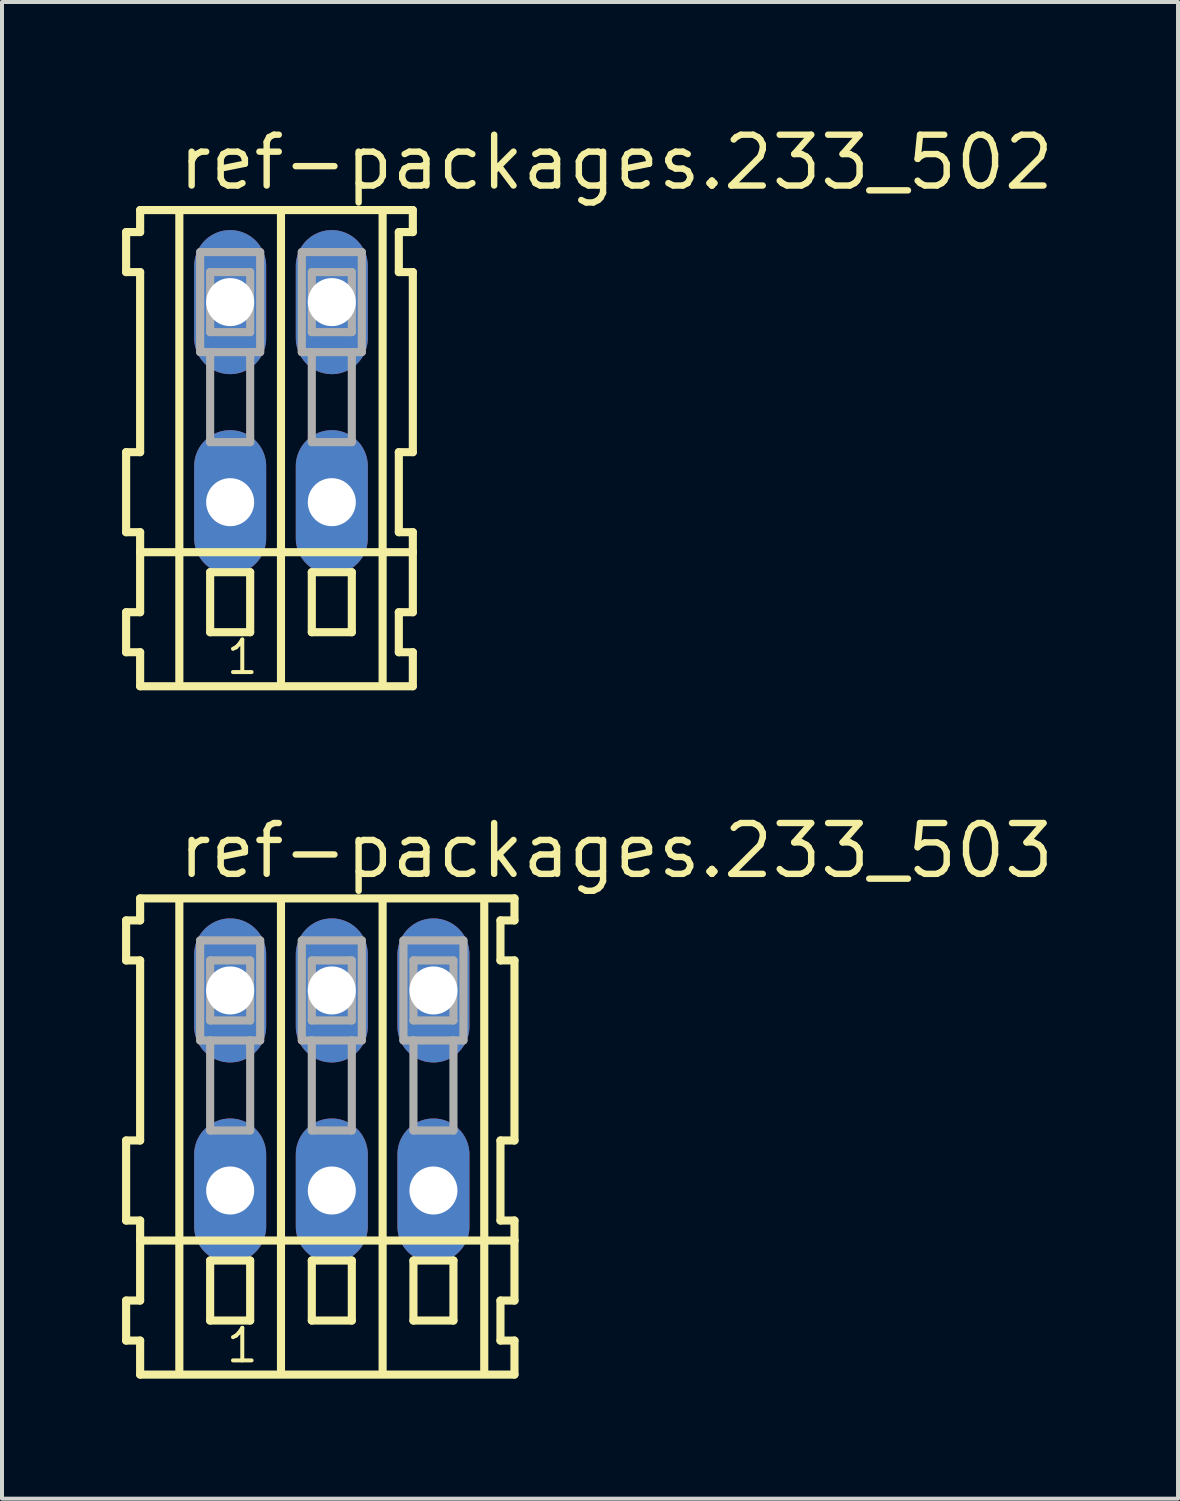
<source format=kicad_pcb>
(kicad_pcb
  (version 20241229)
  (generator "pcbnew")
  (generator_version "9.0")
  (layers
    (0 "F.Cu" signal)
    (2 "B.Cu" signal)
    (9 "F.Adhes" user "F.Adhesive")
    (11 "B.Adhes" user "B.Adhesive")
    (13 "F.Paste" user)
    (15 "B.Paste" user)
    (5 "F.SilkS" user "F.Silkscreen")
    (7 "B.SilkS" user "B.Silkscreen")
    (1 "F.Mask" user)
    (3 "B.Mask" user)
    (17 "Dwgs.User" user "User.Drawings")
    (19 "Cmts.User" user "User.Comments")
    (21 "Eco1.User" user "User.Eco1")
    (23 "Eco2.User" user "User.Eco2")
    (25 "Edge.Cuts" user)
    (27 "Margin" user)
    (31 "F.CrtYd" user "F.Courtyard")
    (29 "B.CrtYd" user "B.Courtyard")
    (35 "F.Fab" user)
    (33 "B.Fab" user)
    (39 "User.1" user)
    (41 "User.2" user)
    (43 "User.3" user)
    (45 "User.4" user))
  (footprint "ref-packages.233_502"
    (layer "F.Cu")
    (at 3.972 7)
    (property "Reference" "ref-packages.233_502" (at -2.64 -5.25 0) (layer "F.SilkS") (effects (font (size 1.27 1.27) (thickness 0.16)) (justify left bottom)))
    (attr through_hole)
    (fp_line (start -3.87 -4.25) (end -3.87 -3.25) (stroke (width 0.203) (type default)) (layer "F.SilkS"))
    (fp_line (start -3.87 -3.25) (end -3.52 -3.25) (stroke (width 0.203) (type default)) (layer "F.SilkS"))
    (fp_line (start -3.87 1.25) (end -3.87 3.25) (stroke (width 0.203) (type default)) (layer "F.SilkS"))
    (fp_line (start -3.87 3.25) (end -3.52 3.25) (stroke (width 0.203) (type default)) (layer "F.SilkS"))
    (fp_line (start -3.87 5.25) (end -3.87 6.25) (stroke (width 0.203) (type default)) (layer "F.SilkS"))
    (fp_line (start -3.87 6.25) (end -3.52 6.25) (stroke (width 0.203) (type default)) (layer "F.SilkS"))
    (fp_line (start -3.52 -4.8) (end -3.52 -4.25) (stroke (width 0.203) (type default)) (layer "F.SilkS"))
    (fp_line (start -3.52 -4.25) (end -3.87 -4.25) (stroke (width 0.203) (type default)) (layer "F.SilkS"))
    (fp_line (start -3.52 -3.25) (end -3.52 1.25) (stroke (width 0.203) (type default)) (layer "F.SilkS"))
    (fp_line (start -3.52 1.25) (end -3.87 1.25) (stroke (width 0.203) (type default)) (layer "F.SilkS"))
    (fp_line (start -3.52 3.25) (end -3.52 5.25) (stroke (width 0.203) (type default)) (layer "F.SilkS"))
    (fp_line (start -3.52 3.75) (end 3.295 3.75) (stroke (width 0.203) (type default)) (layer "F.SilkS"))
    (fp_line (start -3.52 5.25) (end -3.87 5.25) (stroke (width 0.203) (type default)) (layer "F.SilkS"))
    (fp_line (start -3.52 6.25) (end -3.52 7.1) (stroke (width 0.203) (type default)) (layer "F.SilkS"))
    (fp_line (start -3.52 7.1) (end 3.295 7.1) (stroke (width 0.203) (type default)) (layer "F.SilkS"))
    (fp_line (start -2.54 6.985) (end -2.54 -4.699) (stroke (width 0.203) (type default)) (layer "F.SilkS"))
    (fp_line (start -1.77 4.25) (end -1.77 5.75) (stroke (width 0.203) (type default)) (layer "F.SilkS"))
    (fp_line (start -1.77 5.75) (end -0.77 5.75) (stroke (width 0.203) (type default)) (layer "F.SilkS"))
    (fp_line (start -0.77 4.25) (end -1.77 4.25) (stroke (width 0.203) (type default)) (layer "F.SilkS"))
    (fp_line (start -0.77 5.75) (end -0.77 4.25) (stroke (width 0.203) (type default)) (layer "F.SilkS"))
    (fp_line (start 0 6.985) (end 0 -4.699) (stroke (width 0.203) (type default)) (layer "F.SilkS"))
    (fp_line (start 0.77 4.25) (end 0.77 5.75) (stroke (width 0.203) (type default)) (layer "F.SilkS"))
    (fp_line (start 0.77 5.75) (end 1.77 5.75) (stroke (width 0.203) (type default)) (layer "F.SilkS"))
    (fp_line (start 1.77 4.25) (end 0.77 4.25) (stroke (width 0.203) (type default)) (layer "F.SilkS"))
    (fp_line (start 1.77 5.75) (end 1.77 4.25) (stroke (width 0.203) (type default)) (layer "F.SilkS"))
    (fp_line (start 2.54 6.985) (end 2.54 -4.699) (stroke (width 0.203) (type default)) (layer "F.SilkS"))
    (fp_line (start 2.945 -4.25) (end 2.945 -3.25) (stroke (width 0.203) (type default)) (layer "F.SilkS"))
    (fp_line (start 2.945 -3.25) (end 3.295 -3.25) (stroke (width 0.203) (type default)) (layer "F.SilkS"))
    (fp_line (start 2.945 1.25) (end 2.945 3.25) (stroke (width 0.203) (type default)) (layer "F.SilkS"))
    (fp_line (start 2.945 3.25) (end 3.295 3.25) (stroke (width 0.203) (type default)) (layer "F.SilkS"))
    (fp_line (start 2.945 5.25) (end 2.945 6.25) (stroke (width 0.203) (type default)) (layer "F.SilkS"))
    (fp_line (start 2.945 6.25) (end 3.295 6.25) (stroke (width 0.203) (type default)) (layer "F.SilkS"))
    (fp_line (start 3.295 -4.8) (end -3.52 -4.8) (stroke (width 0.203) (type default)) (layer "F.SilkS"))
    (fp_line (start 3.295 -4.25) (end 2.945 -4.25) (stroke (width 0.203) (type default)) (layer "F.SilkS"))
    (fp_line (start 3.295 -4.25) (end 3.295 -4.8) (stroke (width 0.203) (type default)) (layer "F.SilkS"))
    (fp_line (start 3.295 1.25) (end 2.945 1.25) (stroke (width 0.203) (type default)) (layer "F.SilkS"))
    (fp_line (start 3.295 1.25) (end 3.295 -3.25) (stroke (width 0.203) (type default)) (layer "F.SilkS"))
    (fp_line (start 3.295 3.75) (end 3.295 3.25) (stroke (width 0.203) (type default)) (layer "F.SilkS"))
    (fp_line (start 3.295 5.25) (end 2.945 5.25) (stroke (width 0.203) (type default)) (layer "F.SilkS"))
    (fp_line (start 3.295 5.25) (end 3.295 3.75) (stroke (width 0.203) (type default)) (layer "F.SilkS"))
    (fp_line (start 3.295 7.1) (end 3.295 6.25) (stroke (width 0.203) (type default)) (layer "F.SilkS"))
    (fp_line (start -2.02 -3.75) (end -2.02 -1.25) (stroke (width 0.203) (type default)) (layer "F.Fab"))
    (fp_line (start -2.02 -1.25) (end -1.77 -1.25) (stroke (width 0.203) (type default)) (layer "F.Fab"))
    (fp_line (start -1.77 -3.25) (end -1.77 -1.75) (stroke (width 0.203) (type default)) (layer "F.Fab"))
    (fp_line (start -1.77 -1.75) (end -0.77 -1.75) (stroke (width 0.203) (type default)) (layer "F.Fab"))
    (fp_line (start -1.77 -1.25) (end -1.77 1) (stroke (width 0.203) (type default)) (layer "F.Fab"))
    (fp_line (start -1.77 -1.25) (end -0.77 -1.25) (stroke (width 0.203) (type default)) (layer "F.Fab"))
    (fp_line (start -1.77 1) (end -0.77 1) (stroke (width 0.203) (type default)) (layer "F.Fab"))
    (fp_line (start -0.77 -3.25) (end -1.77 -3.25) (stroke (width 0.203) (type default)) (layer "F.Fab"))
    (fp_line (start -0.77 -1.75) (end -0.77 -3.25) (stroke (width 0.203) (type default)) (layer "F.Fab"))
    (fp_line (start -0.77 -1.25) (end -0.52 -1.25) (stroke (width 0.203) (type default)) (layer "F.Fab"))
    (fp_line (start -0.77 1) (end -0.77 -1.25) (stroke (width 0.203) (type default)) (layer "F.Fab"))
    (fp_line (start -0.52 -3.75) (end -2.02 -3.75) (stroke (width 0.203) (type default)) (layer "F.Fab"))
    (fp_line (start -0.52 -1.25) (end -0.52 -3.75) (stroke (width 0.203) (type default)) (layer "F.Fab"))
    (fp_line (start 0.52 -3.75) (end 0.52 -1.25) (stroke (width 0.203) (type default)) (layer "F.Fab"))
    (fp_line (start 0.52 -1.25) (end 0.77 -1.25) (stroke (width 0.203) (type default)) (layer "F.Fab"))
    (fp_line (start 0.77 -3.25) (end 0.77 -1.75) (stroke (width 0.203) (type default)) (layer "F.Fab"))
    (fp_line (start 0.77 -1.75) (end 1.77 -1.75) (stroke (width 0.203) (type default)) (layer "F.Fab"))
    (fp_line (start 0.77 -1.25) (end 0.77 1) (stroke (width 0.203) (type default)) (layer "F.Fab"))
    (fp_line (start 0.77 -1.25) (end 1.77 -1.25) (stroke (width 0.203) (type default)) (layer "F.Fab"))
    (fp_line (start 0.77 1) (end 1.77 1) (stroke (width 0.203) (type default)) (layer "F.Fab"))
    (fp_line (start 1.77 -3.25) (end 0.77 -3.25) (stroke (width 0.203) (type default)) (layer "F.Fab"))
    (fp_line (start 1.77 -1.75) (end 1.77 -3.25) (stroke (width 0.203) (type default)) (layer "F.Fab"))
    (fp_line (start 1.77 -1.25) (end 2.02 -1.25) (stroke (width 0.203) (type default)) (layer "F.Fab"))
    (fp_line (start 1.77 1) (end 1.77 -1.25) (stroke (width 0.203) (type default)) (layer "F.Fab"))
    (fp_line (start 2.02 -3.75) (end 0.52 -3.75) (stroke (width 0.203) (type default)) (layer "F.Fab"))
    (fp_line (start 2.02 -1.25) (end 2.02 -3.75) (stroke (width 0.203) (type default)) (layer "F.Fab"))
    (fp_text user "1" (at -1.42 6.85 0) (layer "F.SilkS") (effects (font (size 0.813 0.813) (thickness 0.1)) (justify left bottom)))
    (pad "A1" thru_hole oval (at -1.27 -2.5 90) (size 3.6 1.8) (drill 1.2) (layers "*.Cu" "*.Mask"))
    (pad "A2" thru_hole oval (at 1.27 -2.5 90) (size 3.6 1.8) (drill 1.2) (layers "*.Cu" "*.Mask"))
    (pad "B1" thru_hole oval (at -1.27 2.5 90) (size 3.6 1.8) (drill 1.2) (layers "*.Cu" "*.Mask"))
    (pad "B2" thru_hole oval (at 1.27 2.5 90) (size 3.6 1.8) (drill 1.2) (layers "*.Cu" "*.Mask")))
  (footprint "ref-packages.233_503"
    (layer "F.Cu")
    (at 5.242 24.202)
    (property "Reference" "ref-packages.233_503" (at -3.91 -5.25 0) (layer "F.SilkS") (effects (font (size 1.27 1.27) (thickness 0.16)) (justify left bottom)))
    (attr through_hole)
    (fp_line (start -5.14 -4.25) (end -5.14 -3.25) (stroke (width 0.203) (type default)) (layer "F.SilkS"))
    (fp_line (start -5.14 -3.25) (end -4.79 -3.25) (stroke (width 0.203) (type default)) (layer "F.SilkS"))
    (fp_line (start -5.14 1.25) (end -5.14 3.25) (stroke (width 0.203) (type default)) (layer "F.SilkS"))
    (fp_line (start -5.14 3.25) (end -4.79 3.25) (stroke (width 0.203) (type default)) (layer "F.SilkS"))
    (fp_line (start -5.14 5.25) (end -5.14 6.25) (stroke (width 0.203) (type default)) (layer "F.SilkS"))
    (fp_line (start -5.14 6.25) (end -4.79 6.25) (stroke (width 0.203) (type default)) (layer "F.SilkS"))
    (fp_line (start -4.79 -4.8) (end -4.79 -4.25) (stroke (width 0.203) (type default)) (layer "F.SilkS"))
    (fp_line (start -4.79 -4.25) (end -5.14 -4.25) (stroke (width 0.203) (type default)) (layer "F.SilkS"))
    (fp_line (start -4.79 -3.25) (end -4.79 1.25) (stroke (width 0.203) (type default)) (layer "F.SilkS"))
    (fp_line (start -4.79 1.25) (end -5.14 1.25) (stroke (width 0.203) (type default)) (layer "F.SilkS"))
    (fp_line (start -4.79 3.25) (end -4.79 5.25) (stroke (width 0.203) (type default)) (layer "F.SilkS"))
    (fp_line (start -4.79 3.75) (end 4.565 3.75) (stroke (width 0.203) (type default)) (layer "F.SilkS"))
    (fp_line (start -4.79 5.25) (end -5.14 5.25) (stroke (width 0.203) (type default)) (layer "F.SilkS"))
    (fp_line (start -4.79 6.25) (end -4.79 7.1) (stroke (width 0.203) (type default)) (layer "F.SilkS"))
    (fp_line (start -4.79 7.1) (end 4.565 7.1) (stroke (width 0.203) (type default)) (layer "F.SilkS"))
    (fp_line (start -3.81 6.985) (end -3.81 -4.699) (stroke (width 0.203) (type default)) (layer "F.SilkS"))
    (fp_line (start -3.04 4.25) (end -3.04 5.75) (stroke (width 0.203) (type default)) (layer "F.SilkS"))
    (fp_line (start -3.04 5.75) (end -2.04 5.75) (stroke (width 0.203) (type default)) (layer "F.SilkS"))
    (fp_line (start -2.04 4.25) (end -3.04 4.25) (stroke (width 0.203) (type default)) (layer "F.SilkS"))
    (fp_line (start -2.04 5.75) (end -2.04 4.25) (stroke (width 0.203) (type default)) (layer "F.SilkS"))
    (fp_line (start -1.27 6.985) (end -1.27 -4.699) (stroke (width 0.203) (type default)) (layer "F.SilkS"))
    (fp_line (start -0.5 4.25) (end -0.5 5.75) (stroke (width 0.203) (type default)) (layer "F.SilkS"))
    (fp_line (start -0.5 5.75) (end 0.5 5.75) (stroke (width 0.203) (type default)) (layer "F.SilkS"))
    (fp_line (start 0.5 4.25) (end -0.5 4.25) (stroke (width 0.203) (type default)) (layer "F.SilkS"))
    (fp_line (start 0.5 5.75) (end 0.5 4.25) (stroke (width 0.203) (type default)) (layer "F.SilkS"))
    (fp_line (start 1.27 6.985) (end 1.27 -4.699) (stroke (width 0.203) (type default)) (layer "F.SilkS"))
    (fp_line (start 2.04 4.25) (end 2.04 5.75) (stroke (width 0.203) (type default)) (layer "F.SilkS"))
    (fp_line (start 2.04 5.75) (end 3.04 5.75) (stroke (width 0.203) (type default)) (layer "F.SilkS"))
    (fp_line (start 3.04 4.25) (end 2.04 4.25) (stroke (width 0.203) (type default)) (layer "F.SilkS"))
    (fp_line (start 3.04 5.75) (end 3.04 4.25) (stroke (width 0.203) (type default)) (layer "F.SilkS"))
    (fp_line (start 3.81 6.985) (end 3.81 -4.699) (stroke (width 0.203) (type default)) (layer "F.SilkS"))
    (fp_line (start 4.215 -4.25) (end 4.215 -3.25) (stroke (width 0.203) (type default)) (layer "F.SilkS"))
    (fp_line (start 4.215 -3.25) (end 4.565 -3.25) (stroke (width 0.203) (type default)) (layer "F.SilkS"))
    (fp_line (start 4.215 1.25) (end 4.215 3.25) (stroke (width 0.203) (type default)) (layer "F.SilkS"))
    (fp_line (start 4.215 3.25) (end 4.565 3.25) (stroke (width 0.203) (type default)) (layer "F.SilkS"))
    (fp_line (start 4.215 5.25) (end 4.215 6.25) (stroke (width 0.203) (type default)) (layer "F.SilkS"))
    (fp_line (start 4.215 6.25) (end 4.565 6.25) (stroke (width 0.203) (type default)) (layer "F.SilkS"))
    (fp_line (start 4.565 -4.8) (end -4.79 -4.8) (stroke (width 0.203) (type default)) (layer "F.SilkS"))
    (fp_line (start 4.565 -4.25) (end 4.215 -4.25) (stroke (width 0.203) (type default)) (layer "F.SilkS"))
    (fp_line (start 4.565 -4.25) (end 4.565 -4.8) (stroke (width 0.203) (type default)) (layer "F.SilkS"))
    (fp_line (start 4.565 1.25) (end 4.215 1.25) (stroke (width 0.203) (type default)) (layer "F.SilkS"))
    (fp_line (start 4.565 1.25) (end 4.565 -3.25) (stroke (width 0.203) (type default)) (layer "F.SilkS"))
    (fp_line (start 4.565 3.75) (end 4.565 3.25) (stroke (width 0.203) (type default)) (layer "F.SilkS"))
    (fp_line (start 4.565 5.25) (end 4.215 5.25) (stroke (width 0.203) (type default)) (layer "F.SilkS"))
    (fp_line (start 4.565 5.25) (end 4.565 3.75) (stroke (width 0.203) (type default)) (layer "F.SilkS"))
    (fp_line (start 4.565 7.1) (end 4.565 6.25) (stroke (width 0.203) (type default)) (layer "F.SilkS"))
    (fp_line (start -3.29 -3.75) (end -3.29 -1.25) (stroke (width 0.203) (type default)) (layer "F.Fab"))
    (fp_line (start -3.29 -1.25) (end -3.04 -1.25) (stroke (width 0.203) (type default)) (layer "F.Fab"))
    (fp_line (start -3.04 -3.25) (end -3.04 -1.75) (stroke (width 0.203) (type default)) (layer "F.Fab"))
    (fp_line (start -3.04 -1.75) (end -2.04 -1.75) (stroke (width 0.203) (type default)) (layer "F.Fab"))
    (fp_line (start -3.04 -1.25) (end -3.04 1) (stroke (width 0.203) (type default)) (layer "F.Fab"))
    (fp_line (start -3.04 -1.25) (end -2.04 -1.25) (stroke (width 0.203) (type default)) (layer "F.Fab"))
    (fp_line (start -3.04 1) (end -2.04 1) (stroke (width 0.203) (type default)) (layer "F.Fab"))
    (fp_line (start -2.04 -3.25) (end -3.04 -3.25) (stroke (width 0.203) (type default)) (layer "F.Fab"))
    (fp_line (start -2.04 -1.75) (end -2.04 -3.25) (stroke (width 0.203) (type default)) (layer "F.Fab"))
    (fp_line (start -2.04 -1.25) (end -1.79 -1.25) (stroke (width 0.203) (type default)) (layer "F.Fab"))
    (fp_line (start -2.04 1) (end -2.04 -1.25) (stroke (width 0.203) (type default)) (layer "F.Fab"))
    (fp_line (start -1.79 -3.75) (end -3.29 -3.75) (stroke (width 0.203) (type default)) (layer "F.Fab"))
    (fp_line (start -1.79 -1.25) (end -1.79 -3.75) (stroke (width 0.203) (type default)) (layer "F.Fab"))
    (fp_line (start -0.75 -3.75) (end -0.75 -1.25) (stroke (width 0.203) (type default)) (layer "F.Fab"))
    (fp_line (start -0.75 -1.25) (end -0.5 -1.25) (stroke (width 0.203) (type default)) (layer "F.Fab"))
    (fp_line (start -0.5 -3.25) (end -0.5 -1.75) (stroke (width 0.203) (type default)) (layer "F.Fab"))
    (fp_line (start -0.5 -1.75) (end 0.5 -1.75) (stroke (width 0.203) (type default)) (layer "F.Fab"))
    (fp_line (start -0.5 -1.25) (end -0.5 1) (stroke (width 0.203) (type default)) (layer "F.Fab"))
    (fp_line (start -0.5 -1.25) (end 0.5 -1.25) (stroke (width 0.203) (type default)) (layer "F.Fab"))
    (fp_line (start -0.5 1) (end 0.5 1) (stroke (width 0.203) (type default)) (layer "F.Fab"))
    (fp_line (start 0.5 -3.25) (end -0.5 -3.25) (stroke (width 0.203) (type default)) (layer "F.Fab"))
    (fp_line (start 0.5 -1.75) (end 0.5 -3.25) (stroke (width 0.203) (type default)) (layer "F.Fab"))
    (fp_line (start 0.5 -1.25) (end 0.75 -1.25) (stroke (width 0.203) (type default)) (layer "F.Fab"))
    (fp_line (start 0.5 1) (end 0.5 -1.25) (stroke (width 0.203) (type default)) (layer "F.Fab"))
    (fp_line (start 0.75 -3.75) (end -0.75 -3.75) (stroke (width 0.203) (type default)) (layer "F.Fab"))
    (fp_line (start 0.75 -1.25) (end 0.75 -3.75) (stroke (width 0.203) (type default)) (layer "F.Fab"))
    (fp_line (start 1.79 -3.75) (end 1.79 -1.25) (stroke (width 0.203) (type default)) (layer "F.Fab"))
    (fp_line (start 1.79 -1.25) (end 2.04 -1.25) (stroke (width 0.203) (type default)) (layer "F.Fab"))
    (fp_line (start 2.04 -3.25) (end 2.04 -1.75) (stroke (width 0.203) (type default)) (layer "F.Fab"))
    (fp_line (start 2.04 -1.75) (end 3.04 -1.75) (stroke (width 0.203) (type default)) (layer "F.Fab"))
    (fp_line (start 2.04 -1.25) (end 2.04 1) (stroke (width 0.203) (type default)) (layer "F.Fab"))
    (fp_line (start 2.04 -1.25) (end 3.04 -1.25) (stroke (width 0.203) (type default)) (layer "F.Fab"))
    (fp_line (start 2.04 1) (end 3.04 1) (stroke (width 0.203) (type default)) (layer "F.Fab"))
    (fp_line (start 3.04 -3.25) (end 2.04 -3.25) (stroke (width 0.203) (type default)) (layer "F.Fab"))
    (fp_line (start 3.04 -1.75) (end 3.04 -3.25) (stroke (width 0.203) (type default)) (layer "F.Fab"))
    (fp_line (start 3.04 -1.25) (end 3.29 -1.25) (stroke (width 0.203) (type default)) (layer "F.Fab"))
    (fp_line (start 3.04 1) (end 3.04 -1.25) (stroke (width 0.203) (type default)) (layer "F.Fab"))
    (fp_line (start 3.29 -3.75) (end 1.79 -3.75) (stroke (width 0.203) (type default)) (layer "F.Fab"))
    (fp_line (start 3.29 -1.25) (end 3.29 -3.75) (stroke (width 0.203) (type default)) (layer "F.Fab"))
    (fp_text user "1" (at -2.69 6.85 0) (layer "F.SilkS") (effects (font (size 0.813 0.813) (thickness 0.1)) (justify left bottom)))
    (pad "A1" thru_hole oval (at -2.54 -2.5 90) (size 3.6 1.8) (drill 1.2) (layers "*.Cu" "*.Mask"))
    (pad "A2" thru_hole oval (at 0 -2.5 90) (size 3.6 1.8) (drill 1.2) (layers "*.Cu" "*.Mask"))
    (pad "A3" thru_hole oval (at 2.54 -2.5 90) (size 3.6 1.8) (drill 1.2) (layers "*.Cu" "*.Mask"))
    (pad "B1" thru_hole oval (at -2.54 2.5 90) (size 3.6 1.8) (drill 1.2) (layers "*.Cu" "*.Mask"))
    (pad "B2" thru_hole oval (at 0 2.5 90) (size 3.6 1.8) (drill 1.2) (layers "*.Cu" "*.Mask"))
    (pad "B3" thru_hole oval (at 2.54 2.5 90) (size 3.6 1.8) (drill 1.2) (layers "*.Cu" "*.Mask")))
  (gr_rect
    (start -3 -3)
    (end 26.39 34.403)
    (stroke (width 0.1) (type default))
    (fill no)
    (layer "Edge.Cuts")))
</source>
